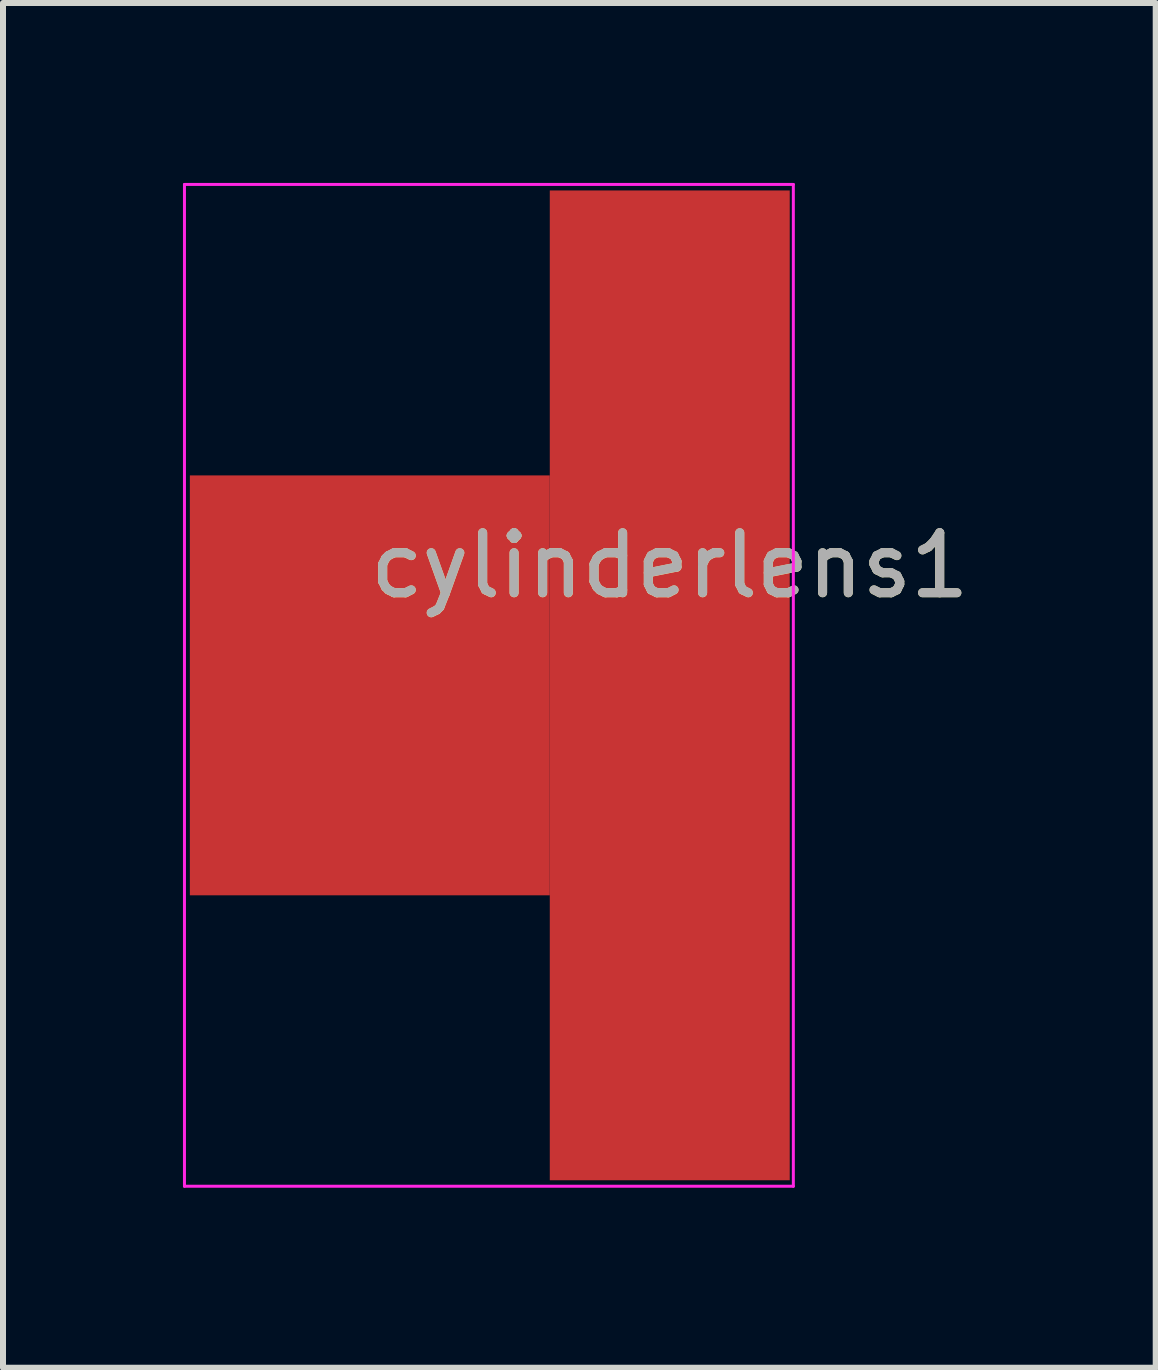
<source format=kicad_pcb>
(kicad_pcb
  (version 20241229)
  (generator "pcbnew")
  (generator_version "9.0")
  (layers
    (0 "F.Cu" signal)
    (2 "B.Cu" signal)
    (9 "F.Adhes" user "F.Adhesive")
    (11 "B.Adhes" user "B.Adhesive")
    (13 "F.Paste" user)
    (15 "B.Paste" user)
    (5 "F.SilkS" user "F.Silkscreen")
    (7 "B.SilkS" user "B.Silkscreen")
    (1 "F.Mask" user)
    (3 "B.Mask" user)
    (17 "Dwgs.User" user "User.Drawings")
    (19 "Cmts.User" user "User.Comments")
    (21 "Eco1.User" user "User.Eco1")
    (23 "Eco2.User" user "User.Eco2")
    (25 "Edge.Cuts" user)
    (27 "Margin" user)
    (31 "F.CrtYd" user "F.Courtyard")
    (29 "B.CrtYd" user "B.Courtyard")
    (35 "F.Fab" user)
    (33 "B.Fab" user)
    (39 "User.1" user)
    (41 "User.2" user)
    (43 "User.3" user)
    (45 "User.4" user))
  (footprint "cylinderlens1"
    (layer "F.Cu")
    (at 8.115 8.375)
    (property "Reference" "cylinderlens1" (at 0 -1.998 0) (layer "F.SilkS") (effects (font (size 1 1) (thickness 0.15))))
    (attr exclude_from_pos_files exclude_from_bom)
    (fp_line (start -8.09 8.35) (end -8.09 -8.35) (stroke (width 0.05) (type solid)) (layer "F.CrtYd"))
    (fp_line (start 2.06 -8.35) (end -8.09 -8.35) (stroke (width 0.05) (type solid)) (layer "F.CrtYd"))
    (fp_line (start 2.06 8.35) (end -8.09 8.35) (stroke (width 0.05) (type solid)) (layer "F.CrtYd"))
    (fp_line (start 2.06 8.35) (end 2.06 -8.35) (stroke (width 0.05) (type solid)) (layer "F.CrtYd"))
    (fp_text user "${REFERENCE}" (at 0 -2 0) (layer "F.Fab") (effects (font (size 1 1) (thickness 0.15))))
    (pad "1" smd rect (at -5 0) (size 6 7) (layers "F.Cu" "F.Mask"))
    (pad "1" smd rect (at 0 0) (size 4 16.5) (layers "F.Cu" "F.Mask")))
  (gr_rect
    (start -3 -3)
    (end 16.216 19.75)
    (stroke (width 0.1) (type default))
    (fill no)
    (layer "Edge.Cuts")))
</source>
